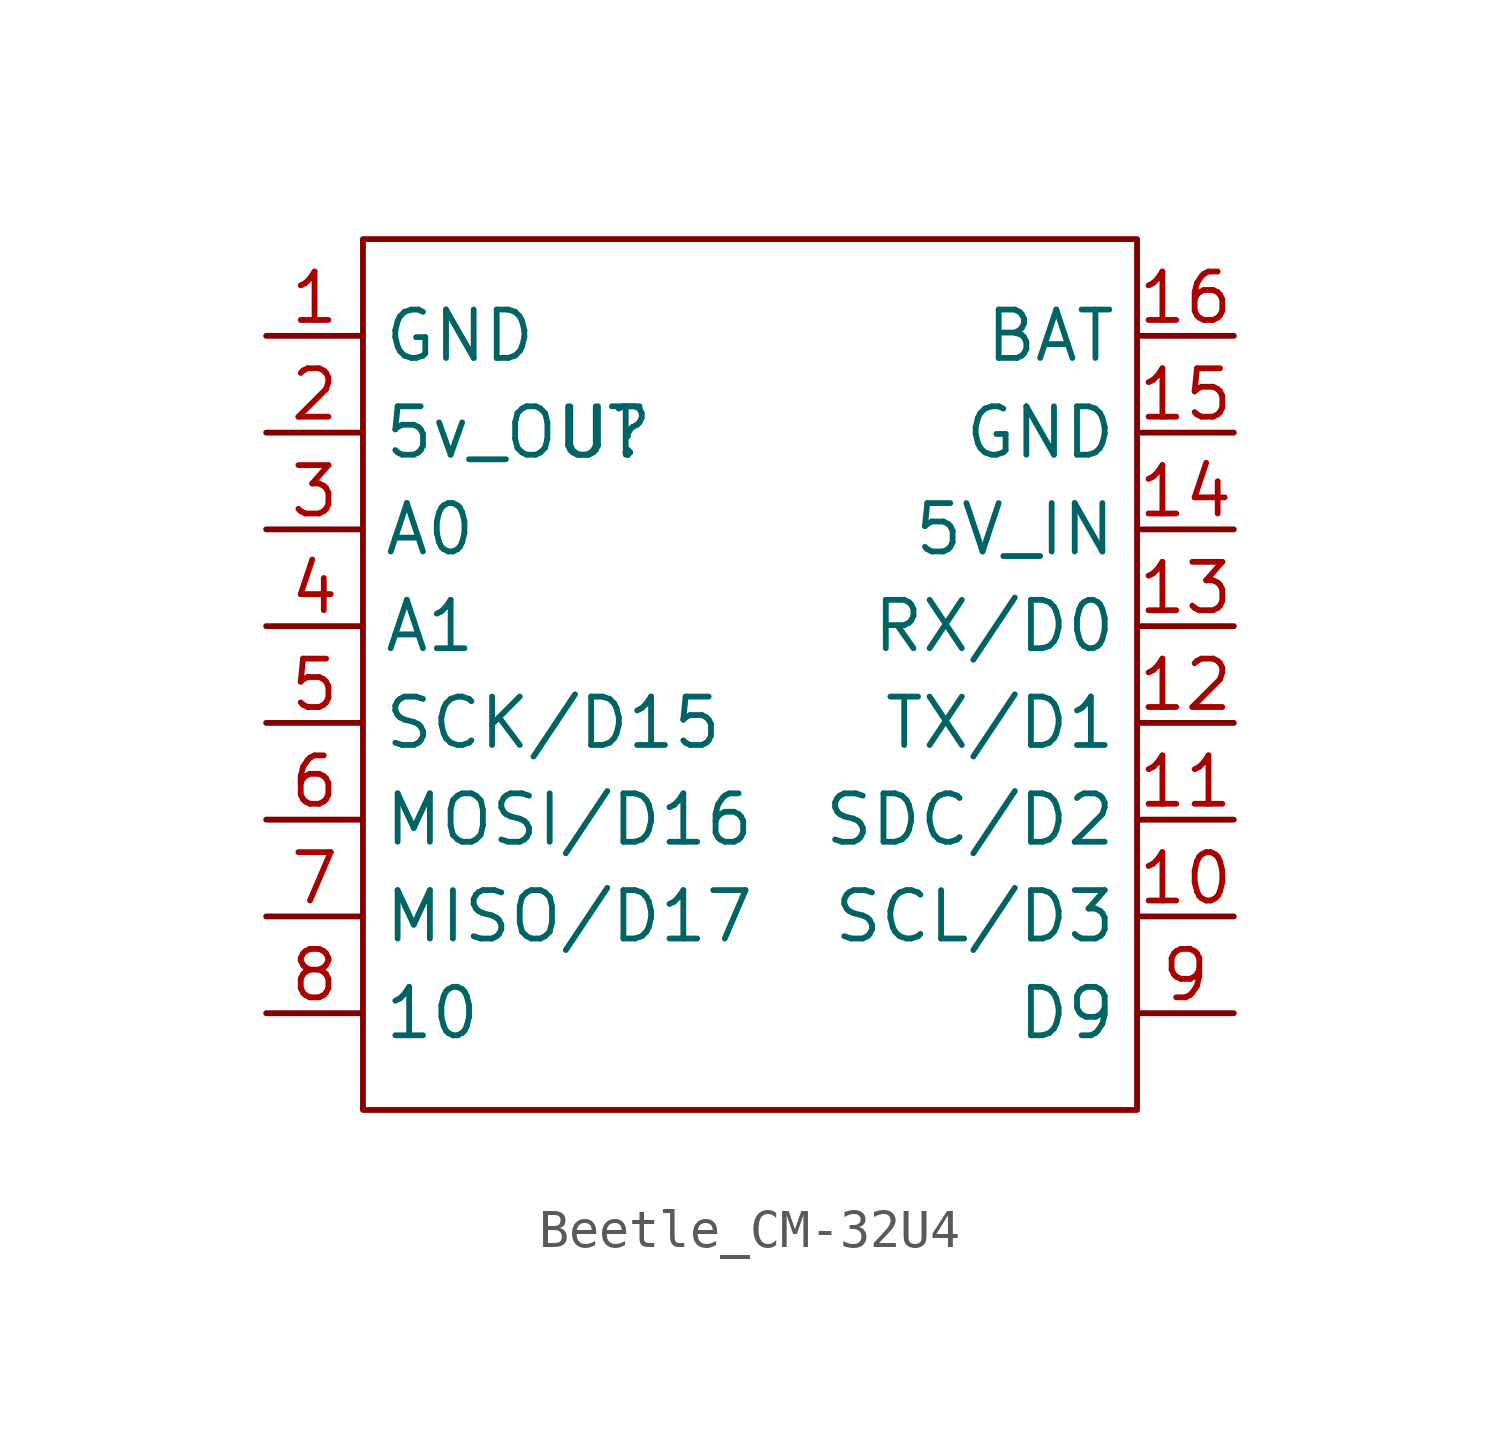
<source format=kicad_sym>
(kicad_symbol_lib
  (version 20220914)
  (generator kicad_symbol_editor)
  (symbol "Beetle_CM-32U4"
    (property "Reference" "U"
      (at -3.81 5.08 0)
      (effects (font (size 1.27 1.27))))
    (property "Value" ""
      (at -3.81 5.08 0)
      (effects (font (size 1.27 1.27))))
    (symbol "Beetle_CM-32U4_0_1"
      (polyline (pts (xy -10.16 10.16) (xy -10.16 -12.7) (xy 10.16 -12.7) (xy 10.16 10.16) (xy -10.16 10.16)) (stroke (width 0) (type default)) (fill (type none))))
    (symbol "Beetle_CM-32U4_1_1"
      (pin input line (at -12.7 7.62 0) (length 2.54) (name "GND" (effects (font (size 1.27 1.27)))) (number "1" (effects (font (size 1.27 1.27)))))
      (pin input line (at 12.7 -7.62 180) (length 2.54) (name "SCL/D3" (effects (font (size 1.27 1.27)))) (number "10" (effects (font (size 1.27 1.27)))))
      (pin input line (at 12.7 -5.08 180) (length 2.54) (name "SDC/D2" (effects (font (size 1.27 1.27)))) (number "11" (effects (font (size 1.27 1.27)))))
      (pin input line (at 12.7 -2.54 180) (length 2.54) (name "TX/D1" (effects (font (size 1.27 1.27)))) (number "12" (effects (font (size 1.27 1.27)))))
      (pin input line (at 12.7 0 180) (length 2.54) (name "RX/D0" (effects (font (size 1.27 1.27)))) (number "13" (effects (font (size 1.27 1.27)))))
      (pin input line (at 12.7 2.54 180) (length 2.54) (name "5V_IN" (effects (font (size 1.27 1.27)))) (number "14" (effects (font (size 1.27 1.27)))))
      (pin input line (at 12.7 5.08 180) (length 2.54) (name "GND" (effects (font (size 1.27 1.27)))) (number "15" (effects (font (size 1.27 1.27)))))
      (pin input line (at 12.7 7.62 180) (length 2.54) (name "BAT" (effects (font (size 1.27 1.27)))) (number "16" (effects (font (size 1.27 1.27)))))
      (pin input line (at -12.7 5.08 0) (length 2.54) (name "5v_OUT" (effects (font (size 1.27 1.27)))) (number "2" (effects (font (size 1.27 1.27)))))
      (pin input line (at -12.7 2.54 0) (length 2.54) (name "A0" (effects (font (size 1.27 1.27)))) (number "3" (effects (font (size 1.27 1.27)))))
      (pin input line (at -12.7 0 0) (length 2.54) (name "A1" (effects (font (size 1.27 1.27)))) (number "4" (effects (font (size 1.27 1.27)))))
      (pin input line (at -12.7 -2.54 0) (length 2.54) (name "SCK/D15" (effects (font (size 1.27 1.27)))) (number "5" (effects (font (size 1.27 1.27)))))
      (pin input line (at -12.7 -5.08 0) (length 2.54) (name "MOSI/D16" (effects (font (size 1.27 1.27)))) (number "6" (effects (font (size 1.27 1.27)))))
      (pin input line (at -12.7 -7.62 0) (length 2.54) (name "MISO/D17" (effects (font (size 1.27 1.27)))) (number "7" (effects (font (size 1.27 1.27)))))
      (pin input line (at -12.7 -10.16 0) (length 2.54) (name "10" (effects (font (size 1.27 1.27)))) (number "8" (effects (font (size 1.27 1.27)))))
      (pin input line (at 12.7 -10.16 180) (length 2.54) (name "D9" (effects (font (size 1.27 1.27)))) (number "9" (effects (font (size 1.27 1.27))))))))
</source>
